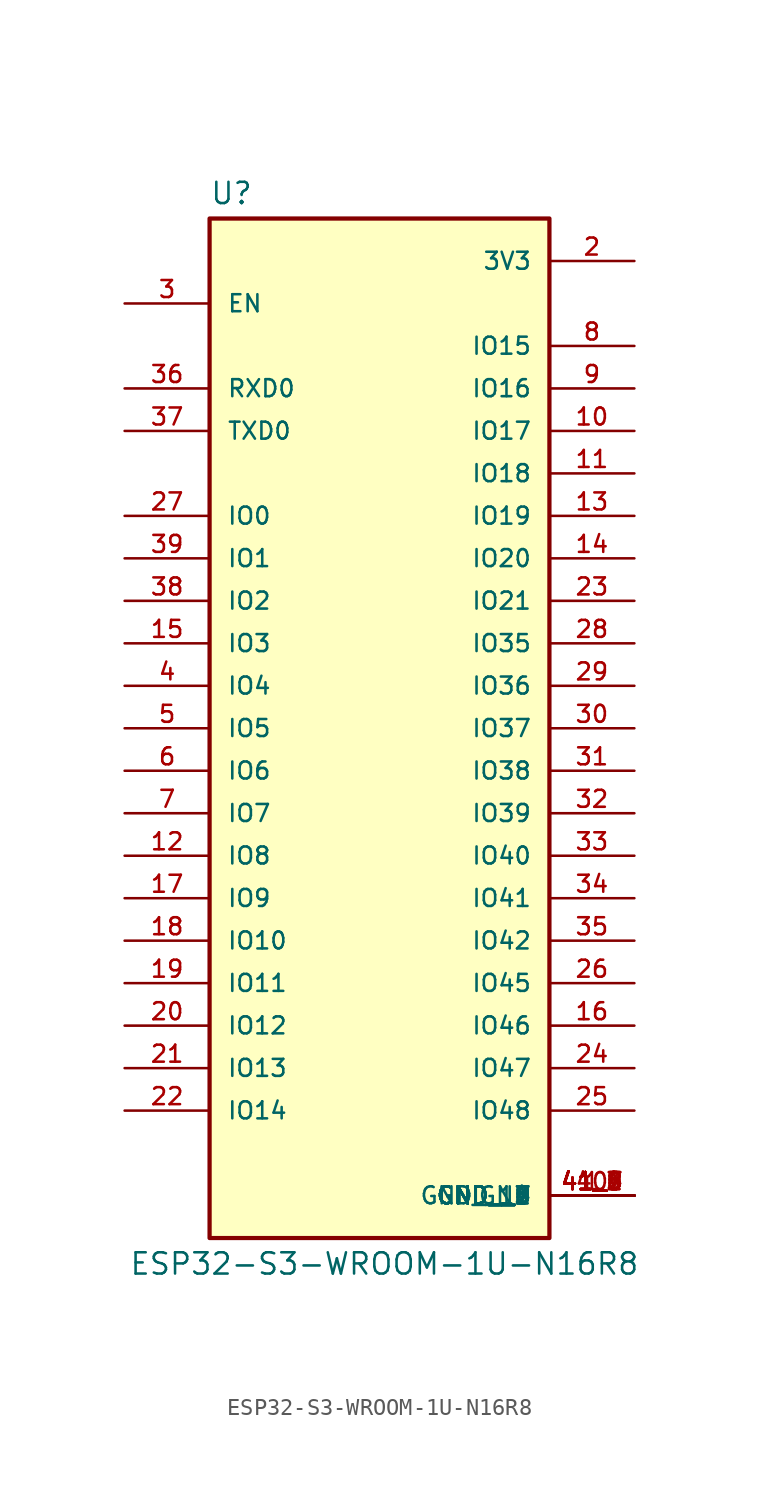
<source format=kicad_sym>
(kicad_symbol_lib
  (version 20241209)
  (generator "kicad_symbol_editor")
  (generator_version "9.0")
  (symbol "ESP32-S3-WROOM-1U-N16R8"
    (pin_names
      (offset 1.016))
    (property "Reference" "U"
      (at -10.16 31.242 0)
      (effects (font (size 1.27 1.27)) (justify left bottom)))
    (property "Value" "ESP32-S3-WROOM-1U-N16R8"
      (at -14.986 -32.766 0)
      (effects (font (size 1.27 1.27)) (justify left bottom)))
    (symbol "ESP32-S3-WROOM-1U-N16R8_0_0"
      (rectangle (start -10.16 30.48) (end 10.16 -30.48) (stroke (width 0.254) (type default)) (fill (type background)))
      (pin input line (at -15.24 25.4 0) (length 5.08) (name "EN" (effects (font (size 1.016 1.016)))) (number "3" (effects (font (size 1.016 1.016)))))
      (pin bidirectional line (at -15.24 20.32 0) (length 5.08) (name "RXD0" (effects (font (size 1.016 1.016)))) (number "36" (effects (font (size 1.016 1.016)))))
      (pin bidirectional line (at -15.24 17.78 0) (length 5.08) (name "TXD0" (effects (font (size 1.016 1.016)))) (number "37" (effects (font (size 1.016 1.016)))))
      (pin bidirectional line (at -15.24 12.7 0) (length 5.08) (name "IO0" (effects (font (size 1.016 1.016)))) (number "27" (effects (font (size 1.016 1.016)))))
      (pin bidirectional line (at -15.24 10.16 0) (length 5.08) (name "IO1" (effects (font (size 1.016 1.016)))) (number "39" (effects (font (size 1.016 1.016)))))
      (pin bidirectional line (at -15.24 7.62 0) (length 5.08) (name "IO2" (effects (font (size 1.016 1.016)))) (number "38" (effects (font (size 1.016 1.016)))))
      (pin bidirectional line (at -15.24 5.08 0) (length 5.08) (name "IO3" (effects (font (size 1.016 1.016)))) (number "15" (effects (font (size 1.016 1.016)))))
      (pin bidirectional line (at -15.24 2.54 0) (length 5.08) (name "IO4" (effects (font (size 1.016 1.016)))) (number "4" (effects (font (size 1.016 1.016)))))
      (pin bidirectional line (at -15.24 0 0) (length 5.08) (name "IO5" (effects (font (size 1.016 1.016)))) (number "5" (effects (font (size 1.016 1.016)))))
      (pin bidirectional line (at -15.24 -2.54 0) (length 5.08) (name "IO6" (effects (font (size 1.016 1.016)))) (number "6" (effects (font (size 1.016 1.016)))))
      (pin bidirectional line (at -15.24 -5.08 0) (length 5.08) (name "IO7" (effects (font (size 1.016 1.016)))) (number "7" (effects (font (size 1.016 1.016)))))
      (pin bidirectional line (at -15.24 -7.62 0) (length 5.08) (name "IO8" (effects (font (size 1.016 1.016)))) (number "12" (effects (font (size 1.016 1.016)))))
      (pin bidirectional line (at -15.24 -10.16 0) (length 5.08) (name "IO9" (effects (font (size 1.016 1.016)))) (number "17" (effects (font (size 1.016 1.016)))))
      (pin bidirectional line (at -15.24 -12.7 0) (length 5.08) (name "IO10" (effects (font (size 1.016 1.016)))) (number "18" (effects (font (size 1.016 1.016)))))
      (pin bidirectional line (at -15.24 -15.24 0) (length 5.08) (name "IO11" (effects (font (size 1.016 1.016)))) (number "19" (effects (font (size 1.016 1.016)))))
      (pin bidirectional line (at -15.24 -17.78 0) (length 5.08) (name "IO12" (effects (font (size 1.016 1.016)))) (number "20" (effects (font (size 1.016 1.016)))))
      (pin bidirectional line (at -15.24 -20.32 0) (length 5.08) (name "IO13" (effects (font (size 1.016 1.016)))) (number "21" (effects (font (size 1.016 1.016)))))
      (pin bidirectional line (at -15.24 -22.86 0) (length 5.08) (name "IO14" (effects (font (size 1.016 1.016)))) (number "22" (effects (font (size 1.016 1.016)))))
      (pin power_in line (at 15.24 27.94 180) (length 5.08) (name "3V3" (effects (font (size 1.016 1.016)))) (number "2" (effects (font (size 1.016 1.016)))))
      (pin bidirectional line (at 15.24 22.86 180) (length 5.08) (name "IO15" (effects (font (size 1.016 1.016)))) (number "8" (effects (font (size 1.016 1.016)))))
      (pin bidirectional line (at 15.24 20.32 180) (length 5.08) (name "IO16" (effects (font (size 1.016 1.016)))) (number "9" (effects (font (size 1.016 1.016)))))
      (pin bidirectional line (at 15.24 17.78 180) (length 5.08) (name "IO17" (effects (font (size 1.016 1.016)))) (number "10" (effects (font (size 1.016 1.016)))))
      (pin bidirectional line (at 15.24 15.24 180) (length 5.08) (name "IO18" (effects (font (size 1.016 1.016)))) (number "11" (effects (font (size 1.016 1.016)))))
      (pin bidirectional line (at 15.24 12.7 180) (length 5.08) (name "IO19" (effects (font (size 1.016 1.016)))) (number "13" (effects (font (size 1.016 1.016)))))
      (pin bidirectional line (at 15.24 10.16 180) (length 5.08) (name "IO20" (effects (font (size 1.016 1.016)))) (number "14" (effects (font (size 1.016 1.016)))))
      (pin bidirectional line (at 15.24 7.62 180) (length 5.08) (name "IO21" (effects (font (size 1.016 1.016)))) (number "23" (effects (font (size 1.016 1.016)))))
      (pin bidirectional line (at 15.24 5.08 180) (length 5.08) (name "IO35" (effects (font (size 1.016 1.016)))) (number "28" (effects (font (size 1.016 1.016)))))
      (pin bidirectional line (at 15.24 2.54 180) (length 5.08) (name "IO36" (effects (font (size 1.016 1.016)))) (number "29" (effects (font (size 1.016 1.016)))))
      (pin bidirectional line (at 15.24 0 180) (length 5.08) (name "IO37" (effects (font (size 1.016 1.016)))) (number "30" (effects (font (size 1.016 1.016)))))
      (pin bidirectional line (at 15.24 -2.54 180) (length 5.08) (name "IO38" (effects (font (size 1.016 1.016)))) (number "31" (effects (font (size 1.016 1.016)))))
      (pin bidirectional line (at 15.24 -5.08 180) (length 5.08) (name "IO39" (effects (font (size 1.016 1.016)))) (number "32" (effects (font (size 1.016 1.016)))))
      (pin bidirectional line (at 15.24 -7.62 180) (length 5.08) (name "IO40" (effects (font (size 1.016 1.016)))) (number "33" (effects (font (size 1.016 1.016)))))
      (pin bidirectional line (at 15.24 -10.16 180) (length 5.08) (name "IO41" (effects (font (size 1.016 1.016)))) (number "34" (effects (font (size 1.016 1.016)))))
      (pin bidirectional line (at 15.24 -12.7 180) (length 5.08) (name "IO42" (effects (font (size 1.016 1.016)))) (number "35" (effects (font (size 1.016 1.016)))))
      (pin bidirectional line (at 15.24 -15.24 180) (length 5.08) (name "IO45" (effects (font (size 1.016 1.016)))) (number "26" (effects (font (size 1.016 1.016)))))
      (pin bidirectional line (at 15.24 -17.78 180) (length 5.08) (name "IO46" (effects (font (size 1.016 1.016)))) (number "16" (effects (font (size 1.016 1.016)))))
      (pin bidirectional line (at 15.24 -20.32 180) (length 5.08) (name "IO47" (effects (font (size 1.016 1.016)))) (number "24" (effects (font (size 1.016 1.016)))))
      (pin bidirectional line (at 15.24 -22.86 180) (length 5.08) (name "IO48" (effects (font (size 1.016 1.016)))) (number "25" (effects (font (size 1.016 1.016)))))
      (pin power_in line (at 15.24 -27.94 180) (length 5.08) (name "GND" (effects (font (size 1.016 1.016)))) (number "1" (effects (font (size 1.016 1.016)))))
      (pin power_in line (at 15.24 -27.94 180) (length 5.08) (name "GND__1" (effects (font (size 1.016 1.016)))) (number "40" (effects (font (size 1.016 1.016)))))
      (pin power_in line (at 15.24 -27.94 180) (length 5.08) (name "GND__2" (effects (font (size 1.016 1.016)))) (number "41_1" (effects (font (size 1.016 1.016)))))
      (pin power_in line (at 15.24 -27.94 180) (length 5.08) (name "GND__3" (effects (font (size 1.016 1.016)))) (number "41_2" (effects (font (size 1.016 1.016)))))
      (pin power_in line (at 15.24 -27.94 180) (length 5.08) (name "GND__4" (effects (font (size 1.016 1.016)))) (number "41_3" (effects (font (size 1.016 1.016)))))
      (pin power_in line (at 15.24 -27.94 180) (length 5.08) (name "GND__5" (effects (font (size 1.016 1.016)))) (number "41_4" (effects (font (size 1.016 1.016)))))
      (pin power_in line (at 15.24 -27.94 180) (length 5.08) (name "GND__6" (effects (font (size 1.016 1.016)))) (number "41_5" (effects (font (size 1.016 1.016)))))
      (pin power_in line (at 15.24 -27.94 180) (length 5.08) (name "GND__7" (effects (font (size 1.016 1.016)))) (number "41_6" (effects (font (size 1.016 1.016)))))
      (pin power_in line (at 15.24 -27.94 180) (length 5.08) (name "GND__8" (effects (font (size 1.016 1.016)))) (number "41_7" (effects (font (size 1.016 1.016)))))
      (pin power_in line (at 15.24 -27.94 180) (length 5.08) (name "GND__9" (effects (font (size 1.016 1.016)))) (number "41_8" (effects (font (size 1.016 1.016)))))
      (pin power_in line (at 15.24 -27.94 180) (length 5.08) (name "GND__10" (effects (font (size 1.016 1.016)))) (number "41_9" (effects (font (size 1.016 1.016))))))))
</source>
